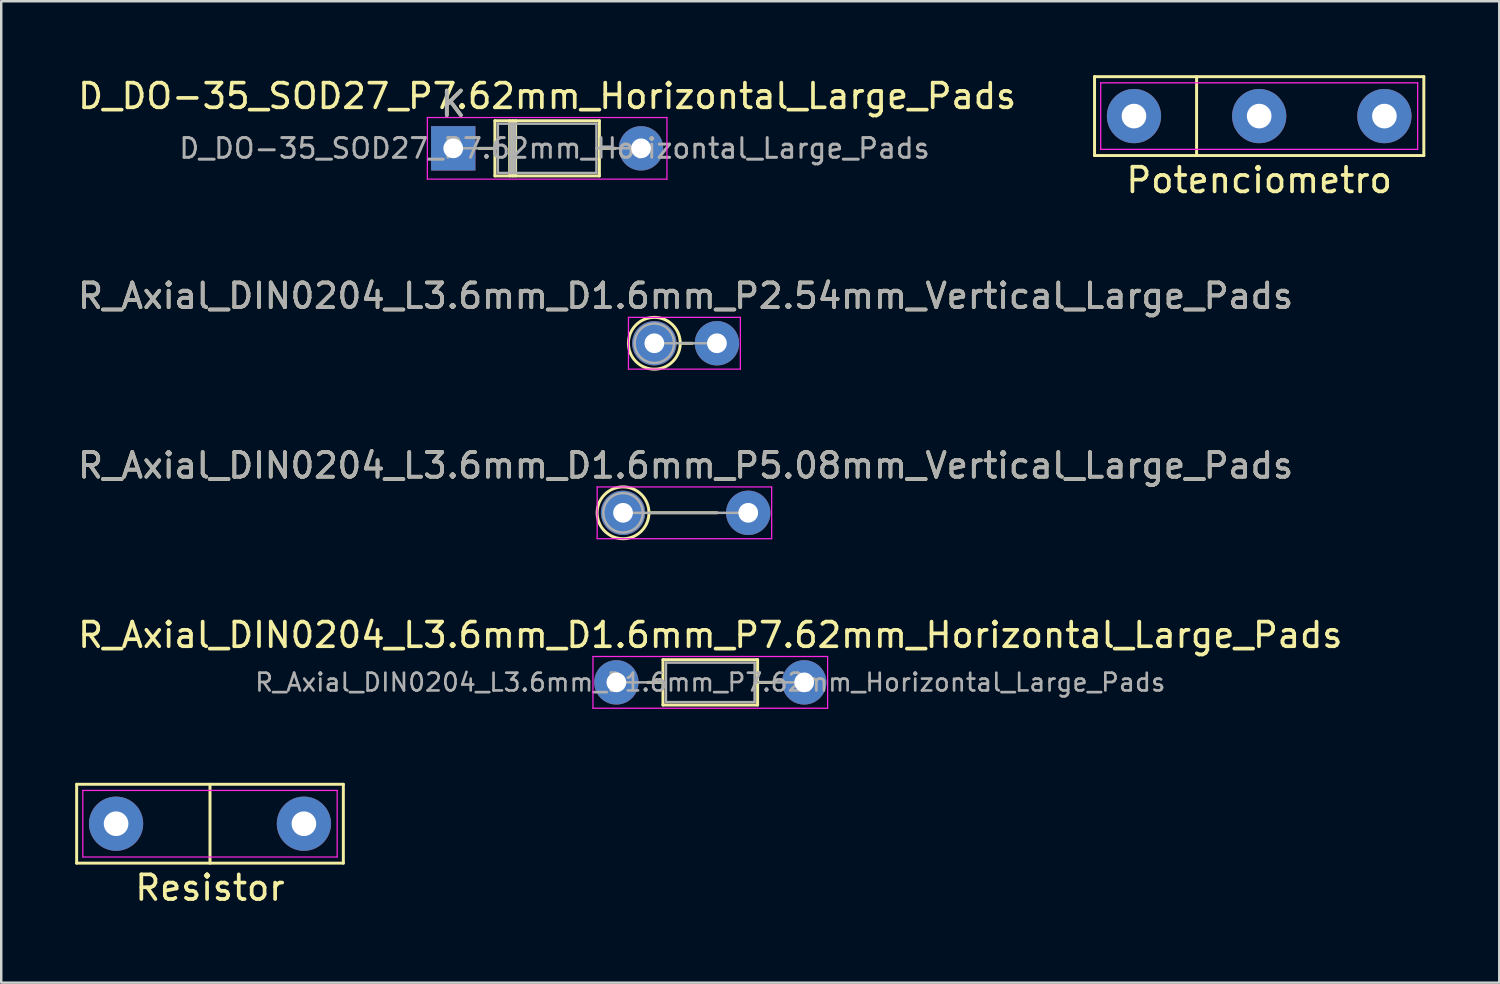
<source format=kicad_pcb>
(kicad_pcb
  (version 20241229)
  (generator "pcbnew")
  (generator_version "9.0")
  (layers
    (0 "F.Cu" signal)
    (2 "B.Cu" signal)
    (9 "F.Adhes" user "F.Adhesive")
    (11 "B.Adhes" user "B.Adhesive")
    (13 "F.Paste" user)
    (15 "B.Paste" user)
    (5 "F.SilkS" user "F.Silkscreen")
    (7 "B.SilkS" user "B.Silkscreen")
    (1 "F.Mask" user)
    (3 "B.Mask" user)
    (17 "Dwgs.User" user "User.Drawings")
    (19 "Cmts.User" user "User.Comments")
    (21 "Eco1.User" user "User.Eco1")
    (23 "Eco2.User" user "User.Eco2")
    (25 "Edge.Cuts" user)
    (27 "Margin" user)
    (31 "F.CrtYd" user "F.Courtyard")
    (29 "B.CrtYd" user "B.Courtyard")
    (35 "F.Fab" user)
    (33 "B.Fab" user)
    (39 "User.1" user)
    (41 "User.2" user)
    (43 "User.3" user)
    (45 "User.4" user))
  (footprint "R_Axial_DIN0204_L3.6mm_D1.6mm_P2.54mm_Vertical_Large_Pads"
    (layer "F.Cu")
    (at 23.498 10.877)
    (property "Reference" "R_Axial_DIN0204_L3.6mm_D1.6mm_P2.54mm_Vertical_Large_Pads" (at 1.27 -1.92 0) (layer "F.SilkS") (effects (font (size 1 1) (thickness 0.15))))
    (attr through_hole)
    (fp_line (start 1.05 0) (end 1.54 0) (stroke (width 0.12) (type solid)) (layer "F.SilkS"))
    (fp_circle (center 0 0) (end 1.05 0.05) (stroke (width 0.12) (type solid)) (fill no) (layer "F.SilkS"))
    (fp_line (start -1.05 -1.05) (end -1.05 1.05) (stroke (width 0.05) (type solid)) (layer "F.CrtYd"))
    (fp_line (start -1.05 1.05) (end 3.49 1.05) (stroke (width 0.05) (type solid)) (layer "F.CrtYd"))
    (fp_line (start 3.49 -1.05) (end -1.05 -1.05) (stroke (width 0.05) (type solid)) (layer "F.CrtYd"))
    (fp_line (start 3.49 1.05) (end 3.49 -1.05) (stroke (width 0.05) (type solid)) (layer "F.CrtYd"))
    (fp_line (start 0 0) (end 2.54 0) (stroke (width 0.1) (type solid)) (layer "F.Fab"))
    (fp_circle (center 0 0) (end 0.8 0) (stroke (width 0.1) (type solid)) (fill no) (layer "F.Fab"))
    (fp_text user "${REFERENCE}" (at 1.27 -1.92 0) (layer "F.Fab") (effects (font (size 1 1) (thickness 0.15))))
    (pad "1" thru_hole circle (at 0 0) (size 1.8 1.8) (drill 0.8) (layers "*.Cu" "*.Mask"))
    (pad "2" thru_hole oval (at 2.54 0) (size 1.8 1.8) (drill 0.8) (layers "*.Cu" "*.Mask")))
  (footprint "D_DO-35_SOD27_P7.62mm_Horizontal_Large_Pads"
    (layer "F.Cu")
    (at 15.339 2.968)
    (property "Reference" "D_DO-35_SOD27_P7.62mm_Horizontal_Large_Pads" (at 3.81 -2.12 0) (layer "F.SilkS") (effects (font (size 1 1) (thickness 0.15))))
    (attr through_hole)
    (fp_line (start 1.04 0) (end 1.69 0) (stroke (width 0.12) (type solid)) (layer "F.SilkS"))
    (fp_line (start 1.69 -1.12) (end 1.69 1.12) (stroke (width 0.12) (type solid)) (layer "F.SilkS"))
    (fp_line (start 1.69 1.12) (end 5.93 1.12) (stroke (width 0.12) (type solid)) (layer "F.SilkS"))
    (fp_line (start 2.29 -1.12) (end 2.29 1.12) (stroke (width 0.12) (type solid)) (layer "F.SilkS"))
    (fp_line (start 2.41 -1.12) (end 2.41 1.12) (stroke (width 0.12) (type solid)) (layer "F.SilkS"))
    (fp_line (start 2.53 -1.12) (end 2.53 1.12) (stroke (width 0.12) (type solid)) (layer "F.SilkS"))
    (fp_line (start 5.93 -1.12) (end 1.69 -1.12) (stroke (width 0.12) (type solid)) (layer "F.SilkS"))
    (fp_line (start 5.93 1.12) (end 5.93 -1.12) (stroke (width 0.12) (type solid)) (layer "F.SilkS"))
    (fp_line (start 6.58 0) (end 5.93 0) (stroke (width 0.12) (type solid)) (layer "F.SilkS"))
    (fp_line (start -1.05 -1.25) (end -1.05 1.25) (stroke (width 0.05) (type solid)) (layer "F.CrtYd"))
    (fp_line (start -1.05 1.25) (end 8.67 1.25) (stroke (width 0.05) (type solid)) (layer "F.CrtYd"))
    (fp_line (start 8.67 -1.25) (end -1.05 -1.25) (stroke (width 0.05) (type solid)) (layer "F.CrtYd"))
    (fp_line (start 8.67 1.25) (end 8.67 -1.25) (stroke (width 0.05) (type solid)) (layer "F.CrtYd"))
    (fp_line (start 0 0) (end 1.81 0) (stroke (width 0.1) (type solid)) (layer "F.Fab"))
    (fp_line (start 1.81 -1) (end 1.81 1) (stroke (width 0.1) (type solid)) (layer "F.Fab"))
    (fp_line (start 1.81 1) (end 5.81 1) (stroke (width 0.1) (type solid)) (layer "F.Fab"))
    (fp_line (start 2.31 -1) (end 2.31 1) (stroke (width 0.1) (type solid)) (layer "F.Fab"))
    (fp_line (start 2.41 -1) (end 2.41 1) (stroke (width 0.1) (type solid)) (layer "F.Fab"))
    (fp_line (start 2.51 -1) (end 2.51 1) (stroke (width 0.1) (type solid)) (layer "F.Fab"))
    (fp_line (start 5.81 -1) (end 1.81 -1) (stroke (width 0.1) (type solid)) (layer "F.Fab"))
    (fp_line (start 5.81 1) (end 5.81 -1) (stroke (width 0.1) (type solid)) (layer "F.Fab"))
    (fp_line (start 7.62 0) (end 5.81 0) (stroke (width 0.1) (type solid)) (layer "F.Fab"))
    (fp_text user "K" (at 0 -1.8 0) (layer "F.SilkS") (effects (font (size 1 1) (thickness 0.15))))
    (fp_text user "K" (at 0 -1.8 0) (layer "F.Fab") (effects (font (size 1 1) (thickness 0.15))))
    (fp_text user "${REFERENCE}" (at 4.11 0 0) (layer "F.Fab") (effects (font (size 0.8 0.8) (thickness 0.12))))
    (pad "1" thru_hole rect (at 0 0) (size 1.8 1.8) (drill 0.8) (layers "*.Cu" "*.Mask"))
    (pad "2" thru_hole oval (at 7.62 0) (size 1.8 1.8) (drill 0.8) (layers "*.Cu" "*.Mask")))
  (footprint "R_Axial_DIN0204_L3.6mm_D1.6mm_P7.62mm_Horizontal_Large_Pads"
    (layer "F.Cu")
    (at 21.958 24.635)
    (property "Reference" "R_Axial_DIN0204_L3.6mm_D1.6mm_P7.62mm_Horizontal_Large_Pads" (at 3.81 -1.92 0) (layer "F.SilkS") (effects (font (size 1 1) (thickness 0.15))))
    (attr through_hole)
    (fp_line (start 1.27 0) (end 1.89 0) (stroke (width 0.12) (type solid)) (layer "F.SilkS"))
    (fp_line (start 1.89 -0.92) (end 1.89 0.92) (stroke (width 0.12) (type solid)) (layer "F.SilkS"))
    (fp_line (start 1.89 0.92) (end 5.73 0.92) (stroke (width 0.12) (type solid)) (layer "F.SilkS"))
    (fp_line (start 5.73 -0.92) (end 1.89 -0.92) (stroke (width 0.12) (type solid)) (layer "F.SilkS"))
    (fp_line (start 5.73 0.92) (end 5.73 -0.92) (stroke (width 0.12) (type solid)) (layer "F.SilkS"))
    (fp_line (start 6.35 0) (end 5.73 0) (stroke (width 0.12) (type solid)) (layer "F.SilkS"))
    (fp_line (start -0.95 -1.05) (end -0.95 1.05) (stroke (width 0.05) (type solid)) (layer "F.CrtYd"))
    (fp_line (start -0.95 1.05) (end 8.57 1.05) (stroke (width 0.05) (type solid)) (layer "F.CrtYd"))
    (fp_line (start 8.57 -1.05) (end -0.95 -1.05) (stroke (width 0.05) (type solid)) (layer "F.CrtYd"))
    (fp_line (start 8.57 1.05) (end 8.57 -1.05) (stroke (width 0.05) (type solid)) (layer "F.CrtYd"))
    (fp_line (start 0 0) (end 2.01 0) (stroke (width 0.1) (type solid)) (layer "F.Fab"))
    (fp_line (start 2.01 -0.8) (end 2.01 0.8) (stroke (width 0.1) (type solid)) (layer "F.Fab"))
    (fp_line (start 2.01 0.8) (end 5.61 0.8) (stroke (width 0.1) (type solid)) (layer "F.Fab"))
    (fp_line (start 5.61 -0.8) (end 2.01 -0.8) (stroke (width 0.1) (type solid)) (layer "F.Fab"))
    (fp_line (start 5.61 0.8) (end 5.61 -0.8) (stroke (width 0.1) (type solid)) (layer "F.Fab"))
    (fp_line (start 7.62 0) (end 5.61 0) (stroke (width 0.1) (type solid)) (layer "F.Fab"))
    (fp_text user "${REFERENCE}" (at 3.81 0 0) (layer "F.Fab") (effects (font (size 0.72 0.72) (thickness 0.108))))
    (pad "1" thru_hole circle (at 0 0) (size 1.8 1.8) (drill 0.8) (layers "*.Cu" "*.Mask"))
    (pad "2" thru_hole oval (at 7.62 0) (size 1.8 1.8) (drill 0.8) (layers "*.Cu" "*.Mask")))
  (footprint "Resistor"
    (layer "F.Cu")
    (at 5.47 30.37)
    (property "Reference" "Resistor" (at 0 2.6 0) (layer "F.SilkS") (effects (font (size 1 1) (thickness 0.15))))
    (attr through_hole)
    (fp_line (start -5.41 -1.6) (end 5.41 -1.6) (stroke (width 0.12) (type solid)) (layer "F.SilkS"))
    (fp_line (start -5.41 1.6) (end -5.41 -1.6) (stroke (width 0.12) (type solid)) (layer "F.SilkS"))
    (fp_line (start 0 -1.6) (end 0 1.6) (stroke (width 0.12) (type solid)) (layer "F.SilkS"))
    (fp_line (start 5.41 -1.6) (end 5.41 1.6) (stroke (width 0.12) (type solid)) (layer "F.SilkS"))
    (fp_line (start 5.41 1.6) (end -5.41 1.6) (stroke (width 0.12) (type solid)) (layer "F.SilkS"))
    (fp_line (start -5.16 -1.35) (end 5.16 -1.35) (stroke (width 0.05) (type solid)) (layer "F.CrtYd"))
    (fp_line (start -5.16 1.35) (end -5.16 -1.35) (stroke (width 0.05) (type solid)) (layer "F.CrtYd"))
    (fp_line (start 5.16 -1.35) (end 5.16 1.35) (stroke (width 0.05) (type solid)) (layer "F.CrtYd"))
    (fp_line (start 5.16 1.35) (end -5.16 1.35) (stroke (width 0.05) (type solid)) (layer "F.CrtYd"))
    (pad "1" thru_hole circle (at -3.81 0) (size 2.2 2.2) (drill 1) (layers "*.Cu" "*.Mask"))
    (pad "2" thru_hole circle (at 3.81 0) (size 2.2 2.2) (drill 1) (layers "*.Cu" "*.Mask")))
  (footprint "R_Axial_DIN0204_L3.6mm_D1.6mm_P5.08mm_Vertical_Large_Pads"
    (layer "F.Cu")
    (at 22.228 17.756)
    (property "Reference" "R_Axial_DIN0204_L3.6mm_D1.6mm_P5.08mm_Vertical_Large_Pads" (at 2.54 -1.92 0) (layer "F.SilkS") (effects (font (size 1 1) (thickness 0.15))))
    (attr through_hole)
    (fp_line (start 1.051 0) (end 3.81 0) (stroke (width 0.12) (type solid)) (layer "F.SilkS"))
    (fp_circle (center 0 0) (end 1.05 0.05) (stroke (width 0.12) (type solid)) (fill no) (layer "F.SilkS"))
    (fp_line (start -1.05 -1.05) (end -1.05 1.05) (stroke (width 0.05) (type solid)) (layer "F.CrtYd"))
    (fp_line (start -1.05 1.05) (end 6.03 1.05) (stroke (width 0.05) (type solid)) (layer "F.CrtYd"))
    (fp_line (start 6.03 -1.05) (end -1.05 -1.05) (stroke (width 0.05) (type solid)) (layer "F.CrtYd"))
    (fp_line (start 6.03 1.05) (end 6.03 -1.05) (stroke (width 0.05) (type solid)) (layer "F.CrtYd"))
    (fp_line (start 0 0) (end 5.08 0) (stroke (width 0.1) (type solid)) (layer "F.Fab"))
    (fp_circle (center 0 0) (end 0.8 0) (stroke (width 0.1) (type solid)) (fill no) (layer "F.Fab"))
    (fp_text user "${REFERENCE}" (at 2.54 -1.92 0) (layer "F.Fab") (effects (font (size 1 1) (thickness 0.15))))
    (pad "1" thru_hole circle (at 0 0) (size 1.8 1.8) (drill 0.8) (layers "*.Cu" "*.Mask"))
    (pad "2" thru_hole oval (at 5.08 0) (size 1.8 1.8) (drill 0.8) (layers "*.Cu" "*.Mask")))
  (footprint "Potenciometro"
    (layer "F.Cu")
    (at 48.038 1.66)
    (property "Reference" "Potenciometro" (at 0 2.6 0) (layer "F.SilkS") (effects (font (size 1 1) (thickness 0.15))))
    (attr through_hole)
    (fp_line (start -6.68 -1.6) (end 6.68 -1.6) (stroke (width 0.12) (type solid)) (layer "F.SilkS"))
    (fp_line (start -6.68 1.6) (end -6.68 -1.6) (stroke (width 0.12) (type solid)) (layer "F.SilkS"))
    (fp_line (start -2.54 -1.6) (end -2.54 1.6) (stroke (width 0.12) (type solid)) (layer "F.SilkS"))
    (fp_line (start 6.68 -1.6) (end 6.68 1.6) (stroke (width 0.12) (type solid)) (layer "F.SilkS"))
    (fp_line (start 6.68 1.6) (end -6.68 1.6) (stroke (width 0.12) (type solid)) (layer "F.SilkS"))
    (fp_line (start -6.43 -1.35) (end 6.43 -1.35) (stroke (width 0.05) (type solid)) (layer "F.CrtYd"))
    (fp_line (start -6.43 1.35) (end -6.43 -1.35) (stroke (width 0.05) (type solid)) (layer "F.CrtYd"))
    (fp_line (start 6.43 -1.35) (end 6.43 1.35) (stroke (width 0.05) (type solid)) (layer "F.CrtYd"))
    (fp_line (start 6.43 1.35) (end -6.43 1.35) (stroke (width 0.05) (type solid)) (layer "F.CrtYd"))
    (pad "1" thru_hole circle (at -5.08 0) (size 2.2 2.2) (drill 1) (layers "*.Cu" "*.Mask"))
    (pad "2" thru_hole circle (at 0 0) (size 2.2 2.2) (drill 1) (layers "*.Cu" "*.Mask"))
    (pad "3" thru_hole circle (at 5.08 0) (size 2.2 2.2) (drill 1) (layers "*.Cu" "*.Mask")))
  (gr_rect
    (start -3 -3)
    (end 57.778 36.819)
    (stroke (width 0.1) (type default))
    (fill no)
    (layer "Edge.Cuts")))
</source>
